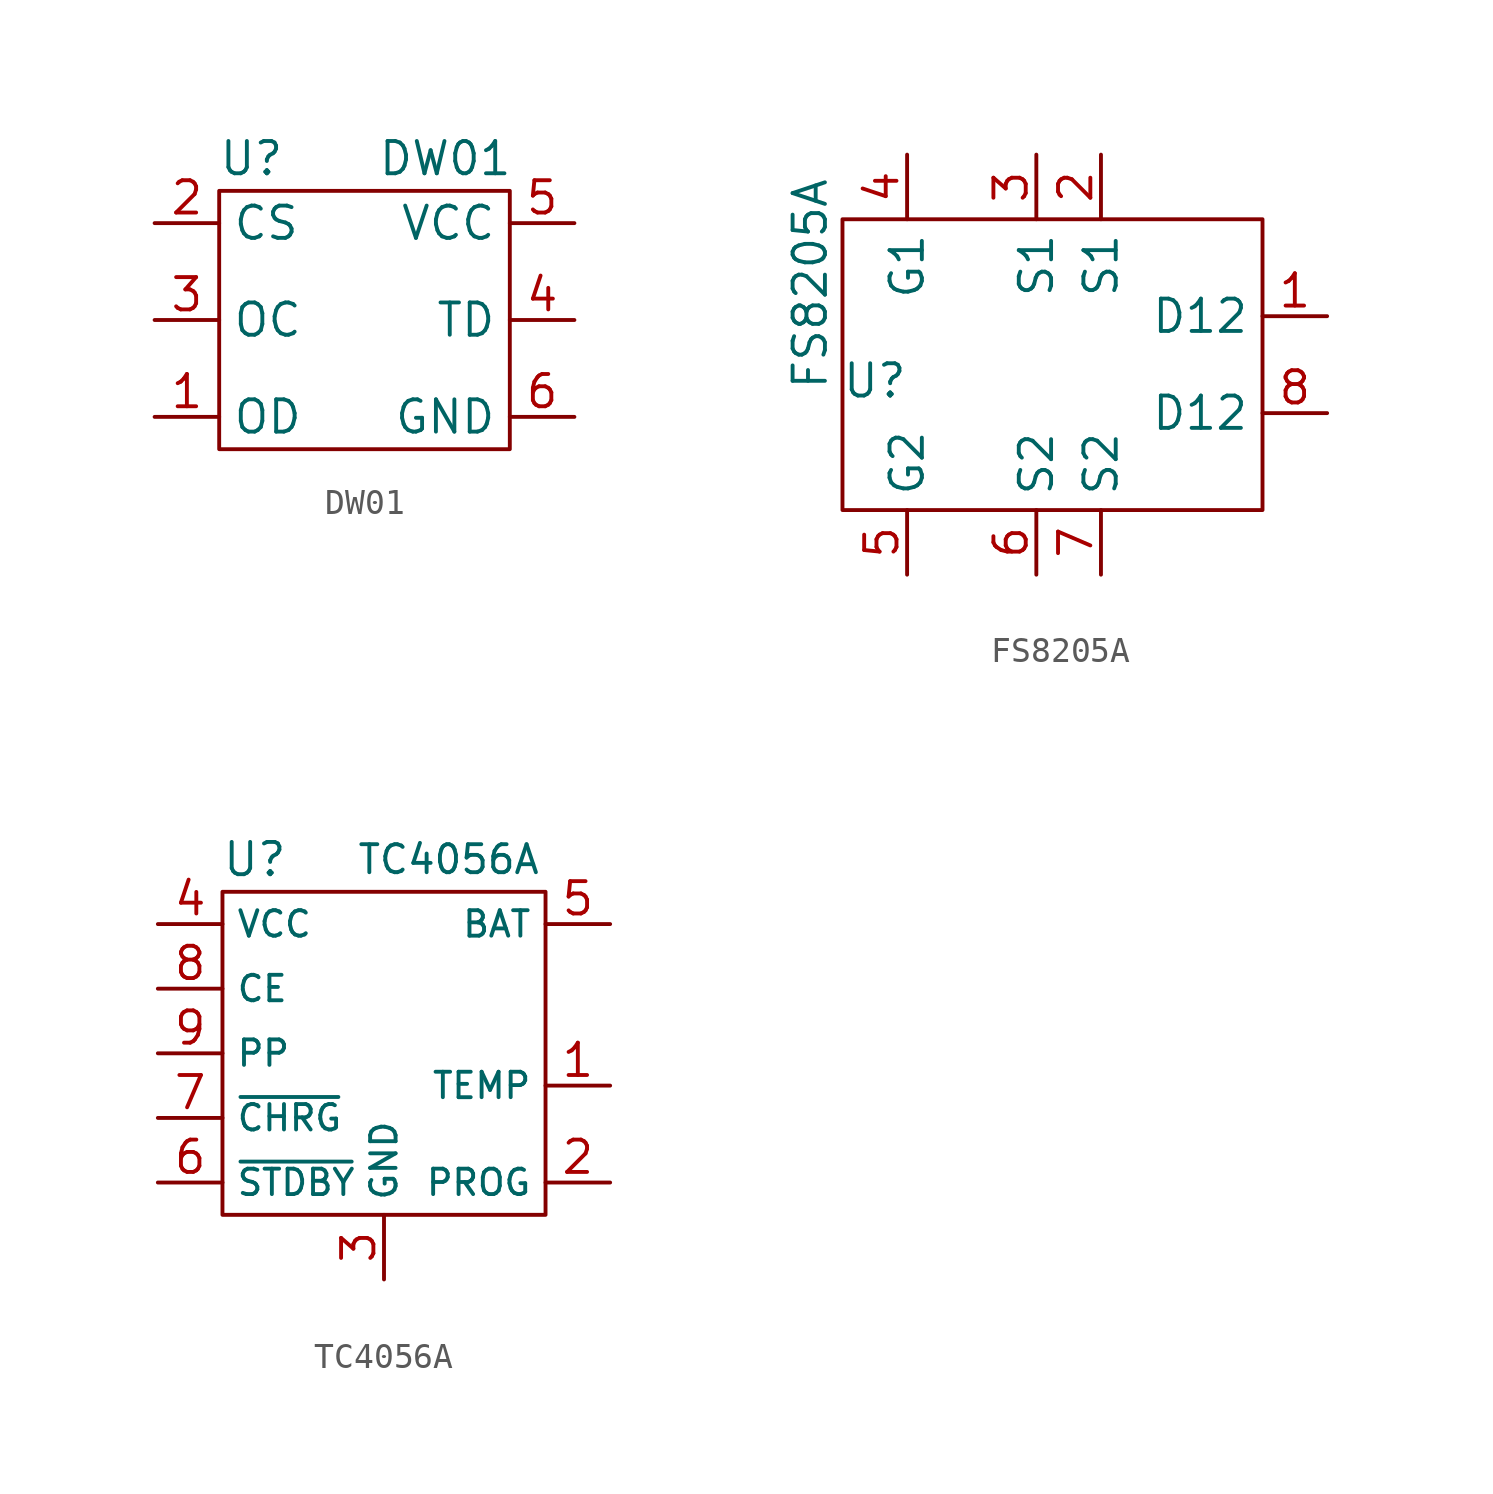
<source format=kicad_sym>
(kicad_symbol_lib
  (version 20220914)
  (generator kicad_symbol_editor)
  (symbol "DW01"
    (property "Reference" "U"
      (at 1.27 11.43 0)
      (effects (font (size 1.27 1.27))))
    (property "Value" "DW01"
      (at 8.89 11.43 0)
      (effects (font (size 1.27 1.27))))
    (symbol "DW01_0_1"
      (rectangle (start 0 10.16) (end 11.43 0) (stroke (width 0) (type default)) (fill (type none))))
    (symbol "DW01_1_1"
      (pin input line (at -2.54 1.27 0) (length 2.54) (name "OD" (effects (font (size 1.27 1.27)))) (number "1" (effects (font (size 1.27 1.27)))))
      (pin input line (at -2.54 8.89 0) (length 2.54) (name "CS" (effects (font (size 1.27 1.27)))) (number "2" (effects (font (size 1.27 1.27)))))
      (pin input line (at -2.54 5.08 0) (length 2.54) (name "OC" (effects (font (size 1.27 1.27)))) (number "3" (effects (font (size 1.27 1.27)))))
      (pin input line (at 13.97 5.08 180) (length 2.54) (name "TD" (effects (font (size 1.27 1.27)))) (number "4" (effects (font (size 1.27 1.27)))))
      (pin power_in line (at 13.97 8.89 180) (length 2.54) (name "VCC" (effects (font (size 1.27 1.27)))) (number "5" (effects (font (size 1.27 1.27)))))
      (pin power_in line (at 13.97 1.27 180) (length 2.54) (name "GND" (effects (font (size 1.27 1.27)))) (number "6" (effects (font (size 1.27 1.27)))))))
  (symbol "FS8205A"
    (property "Reference" "U"
      (at 1.27 5.08 0)
      (effects (font (size 1.27 1.27))))
    (property "Value" "FS8205A"
      (at -1.27 8.89 90)
      (effects (font (size 1.27 1.27))))
    (symbol "FS8205A_0_1"
      (rectangle (start 0 11.43) (end 16.51 0) (stroke (width 0) (type default)) (fill (type none))))
    (symbol "FS8205A_1_0"
      (pin input line (at 10.16 13.97 270) (length 2.54) (name "S1" (effects (font (size 1.27 1.27)))) (number "2" (effects (font (size 1.27 1.27)))))
      (pin input line (at 10.16 -2.54 90) (length 2.54) (name "S2" (effects (font (size 1.27 1.27)))) (number "7" (effects (font (size 1.27 1.27))))))
    (symbol "FS8205A_1_1"
      (pin bidirectional line (at 19.05 7.62 180) (length 2.54) (name "D12" (effects (font (size 1.27 1.27)))) (number "1" (effects (font (size 1.27 1.27)))))
      (pin input line (at 7.62 13.97 270) (length 2.54) (name "S1" (effects (font (size 1.27 1.27)))) (number "3" (effects (font (size 1.27 1.27)))))
      (pin input line (at 2.54 13.97 270) (length 2.54) (name "G1" (effects (font (size 1.27 1.27)))) (number "4" (effects (font (size 1.27 1.27)))))
      (pin input line (at 2.54 -2.54 90) (length 2.54) (name "G2" (effects (font (size 1.27 1.27)))) (number "5" (effects (font (size 1.27 1.27)))))
      (pin input line (at 7.62 -2.54 90) (length 2.54) (name "S2" (effects (font (size 1.27 1.27)))) (number "6" (effects (font (size 1.27 1.27)))))
      (pin bidirectional line (at 19.05 3.81 180) (length 2.54) (name "D12" (effects (font (size 1.27 1.27)))) (number "8" (effects (font (size 1.27 1.27)))))))
  (symbol "TC4056A"
    (property "Reference" "U"
      (at 1.27 13.97 0)
      (effects (font (size 1.27 1.27))))
    (property "Value" "TC4056A"
      (at 8.89 13.97 0)
      (effects (font (size 1.1 1.1))))
    (symbol "TC4056A_0_1"
      (rectangle (start 0 12.7) (end 12.7 0) (stroke (width 0) (type default)) (fill (type none))))
    (symbol "TC4056A_1_1"
      (pin input line (at 15.24 5.08 180) (length 2.54) (name "TEMP" (effects (font (size 1 1)))) (number "1" (effects (font (size 1.27 1.27)))))
      (pin input line (at 15.24 1.27 180) (length 2.54) (name "PROG" (effects (font (size 1 1)))) (number "2" (effects (font (size 1.27 1.27)))))
      (pin power_in line (at 6.35 -2.54 90) (length 2.54) (name "GND" (effects (font (size 1 1)))) (number "3" (effects (font (size 1.27 1.27)))))
      (pin power_in line (at -2.54 11.43 0) (length 2.54) (name "VCC" (effects (font (size 1 1)))) (number "4" (effects (font (size 1.27 1.27)))))
      (pin input line (at 15.24 11.43 180) (length 2.54) (name "BAT" (effects (font (size 1 1)))) (number "5" (effects (font (size 1.27 1.27)))))
      (pin bidirectional line (at -2.54 1.27 0) (length 2.54) (name "~{STDBY}" (effects (font (size 1 1)))) (number "6" (effects (font (size 1.27 1.27)))))
      (pin bidirectional line (at -2.54 3.81 0) (length 2.54) (name "~{CHRG}" (effects (font (size 1 1)))) (number "7" (effects (font (size 1.27 1.27)))))
      (pin bidirectional line (at -2.54 8.89 0) (length 2.54) (name "CE" (effects (font (size 1 1)))) (number "8" (effects (font (size 1.27 1.27)))))
      (pin bidirectional line (at -2.54 6.35 0) (length 2.54) (name "PP" (effects (font (size 1 1)))) (number "9" (effects (font (size 1.27 1.27))))))))
</source>
